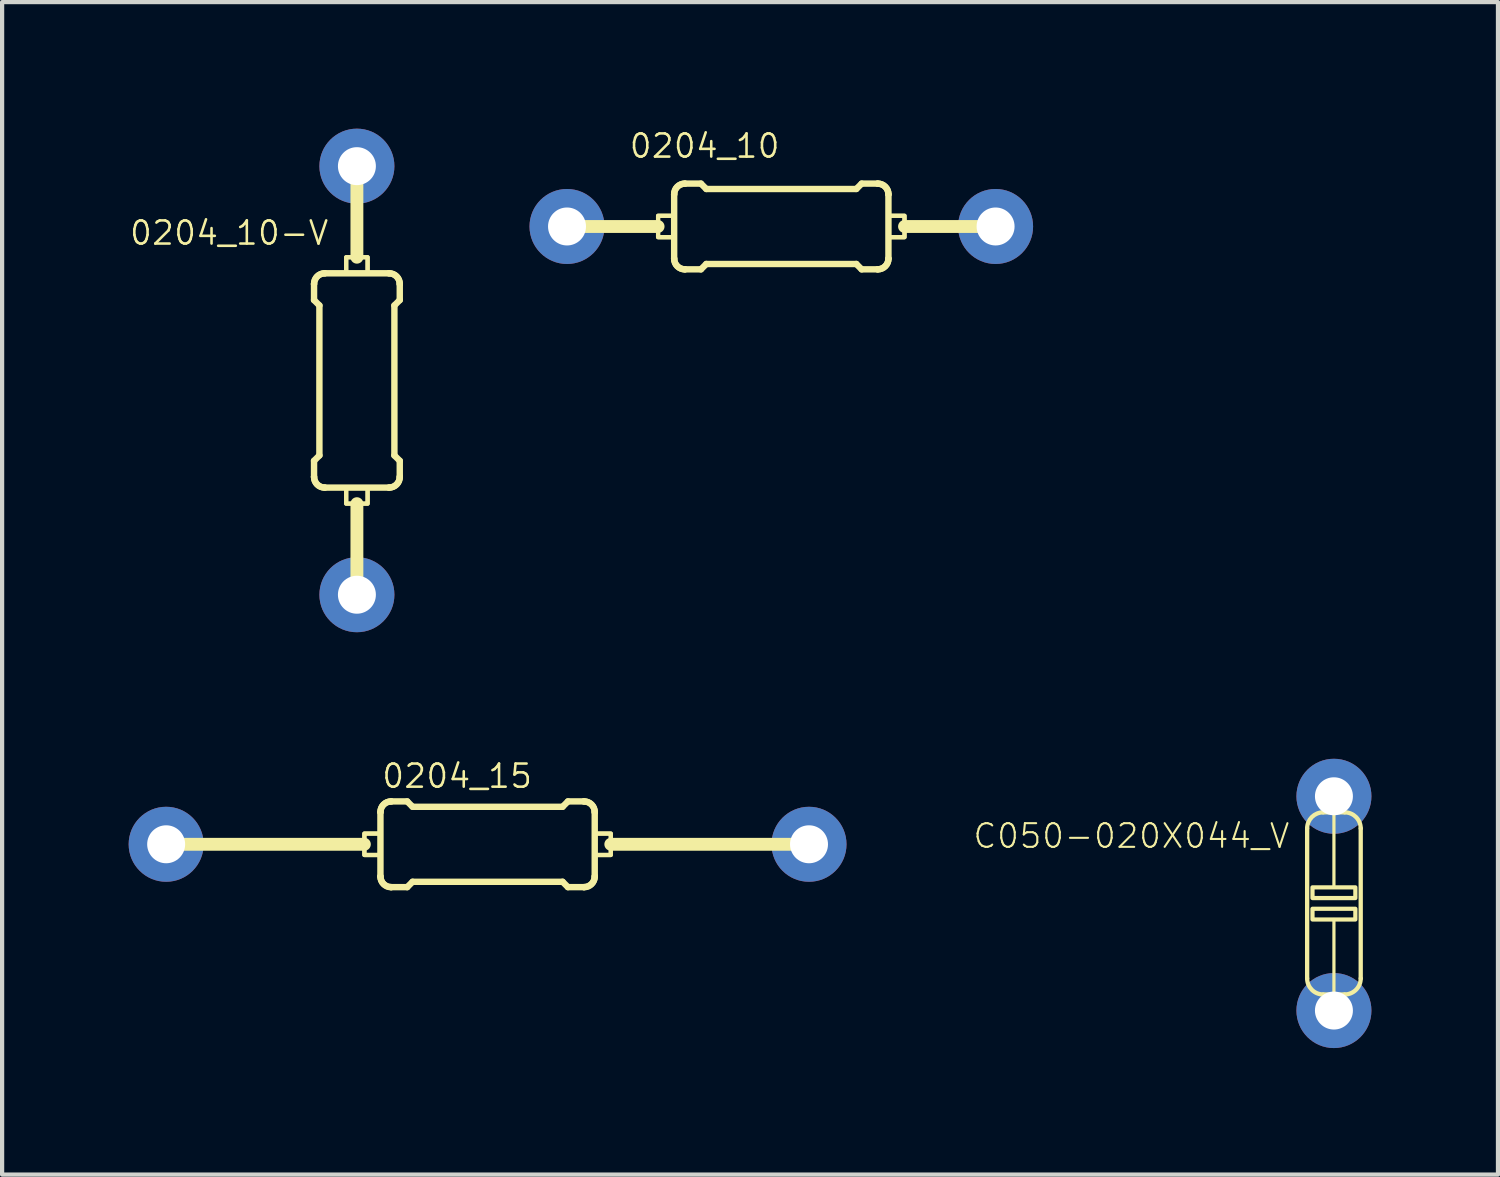
<source format=kicad_pcb>
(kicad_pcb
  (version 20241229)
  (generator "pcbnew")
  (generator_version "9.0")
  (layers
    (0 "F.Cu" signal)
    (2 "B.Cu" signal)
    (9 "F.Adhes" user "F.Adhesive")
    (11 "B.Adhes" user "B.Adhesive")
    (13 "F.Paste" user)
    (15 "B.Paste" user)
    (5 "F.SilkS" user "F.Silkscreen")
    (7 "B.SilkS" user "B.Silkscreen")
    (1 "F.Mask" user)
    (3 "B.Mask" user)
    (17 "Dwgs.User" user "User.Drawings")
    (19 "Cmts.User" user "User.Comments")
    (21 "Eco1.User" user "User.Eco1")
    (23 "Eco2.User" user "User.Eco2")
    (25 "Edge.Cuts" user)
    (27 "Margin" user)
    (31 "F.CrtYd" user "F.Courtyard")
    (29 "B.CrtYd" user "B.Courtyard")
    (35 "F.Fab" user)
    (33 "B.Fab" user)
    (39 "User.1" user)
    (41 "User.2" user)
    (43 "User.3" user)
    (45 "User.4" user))
  (footprint "0204_10-V"
    (layer "F.Cu")
    (at 5.411 5.969)
    (property "Reference" "0204_10-V" (at -0.635 -3.175 0) (layer "F.SilkS") (effects (font (size 0.549 0.549) (thickness 0.061)) (justify right bottom)))
    (fp_line (start -1.016 -2.286) (end -1.016 -1.905) (stroke (width 0.152) (type solid)) (layer "F.SilkS"))
    (fp_line (start -1.016 2.286) (end -1.016 1.905) (stroke (width 0.152) (type solid)) (layer "F.SilkS"))
    (fp_line (start -0.889 -1.778) (end -1.016 -1.905) (stroke (width 0.152) (type solid)) (layer "F.SilkS"))
    (fp_line (start -0.889 1.778) (end -1.016 1.905) (stroke (width 0.152) (type solid)) (layer "F.SilkS"))
    (fp_line (start -0.889 1.778) (end -0.889 -1.778) (stroke (width 0.152) (type solid)) (layer "F.SilkS"))
    (fp_line (start -0.762 -2.54) (end 0.762 -2.54) (stroke (width 0.152) (type solid)) (layer "F.SilkS"))
    (fp_line (start -0.762 2.54) (end 0.762 2.54) (stroke (width 0.152) (type solid)) (layer "F.SilkS"))
    (fp_line (start 0 -5.08) (end 0 -2.921) (stroke (width 0.305) (type solid)) (layer "F.SilkS"))
    (fp_line (start 0 5.08) (end 0 2.921) (stroke (width 0.305) (type solid)) (layer "F.SilkS"))
    (fp_line (start 0.889 -1.778) (end 1.016 -1.905) (stroke (width 0.152) (type solid)) (layer "F.SilkS"))
    (fp_line (start 0.889 1.778) (end 0.889 -1.778) (stroke (width 0.152) (type solid)) (layer "F.SilkS"))
    (fp_line (start 0.889 1.778) (end 1.016 1.905) (stroke (width 0.152) (type solid)) (layer "F.SilkS"))
    (fp_line (start 1.016 -2.286) (end 1.016 -1.905) (stroke (width 0.152) (type solid)) (layer "F.SilkS"))
    (fp_line (start 1.016 2.286) (end 1.016 1.905) (stroke (width 0.152) (type solid)) (layer "F.SilkS"))
    (fp_arc (start -1.016 -2.286) (mid -0.941605 -2.465605) (end -0.762 -2.54) (stroke (width 0.1524) (type solid)) (layer "F.SilkS"))
    (fp_arc (start -1.016 -2.286) (mid -0.941605 -2.465605) (end -0.762 -2.54) (stroke (width 0.1524) (type solid)) (layer "F.SilkS"))
    (fp_arc (start -0.762 2.54) (mid -0.941605 2.465605) (end -1.016 2.286) (stroke (width 0.1524) (type solid)) (layer "F.SilkS"))
    (fp_arc (start -0.762 2.54) (mid -0.941605 2.465605) (end -1.016 2.286) (stroke (width 0.1524) (type solid)) (layer "F.SilkS"))
    (fp_arc (start 0.762 -2.54) (mid 0.941605 -2.465605) (end 1.016 -2.286) (stroke (width 0.1524) (type solid)) (layer "F.SilkS"))
    (fp_arc (start 0.762 -2.54) (mid 0.941605 -2.465605) (end 1.016 -2.286) (stroke (width 0.1524) (type solid)) (layer "F.SilkS"))
    (fp_arc (start 1.016 2.286) (mid 0.941605 2.465605) (end 0.762 2.54) (stroke (width 0.1524) (type solid)) (layer "F.SilkS"))
    (fp_arc (start 1.016 2.286) (mid 0.941605 2.465605) (end 0.762 2.54) (stroke (width 0.1524) (type solid)) (layer "F.SilkS"))
    (fp_poly (pts (xy -0.254 -2.921) (xy -0.254 -2.54) (xy 0.254 -2.54) (xy 0.254 -2.921)) (stroke (width 0.1) (type solid)) (fill no) (layer "F.SilkS"))
    (fp_poly (pts (xy -0.254 -2.921) (xy -0.254 -2.54) (xy 0.254 -2.54) (xy 0.254 -2.921)) (stroke (width 0.1) (type solid)) (fill no) (layer "F.SilkS"))
    (fp_poly (pts (xy -0.254 2.54) (xy -0.254 2.921) (xy 0.254 2.921) (xy 0.254 2.54)) (stroke (width 0.1) (type solid)) (fill no) (layer "F.SilkS"))
    (fp_poly (pts (xy -0.254 2.54) (xy -0.254 2.921) (xy 0.254 2.921) (xy 0.254 2.54)) (stroke (width 0.1) (type solid)) (fill no) (layer "F.SilkS"))
    (pad "1" thru_hole circle (at 0 -5.08) (size 1.778 1.778) (drill 0.9) (layers "*.Cu" "*.Mask"))
    (pad "2" thru_hole circle (at 0 5.08) (size 1.778 1.778) (drill 0.9) (layers "*.Cu" "*.Mask")))
  (footprint "0204_15"
    (layer "F.Cu")
    (at 8.509 16.965)
    (property "Reference" "0204_15" (at -2.54 -1.295 0) (layer "F.SilkS") (effects (font (size 0.549 0.549) (thickness 0.061)) (justify left bottom)))
    (fp_line (start -7.62 0) (end -2.921 0) (stroke (width 0.305) (type solid)) (layer "F.SilkS"))
    (fp_line (start -2.54 0.762) (end -2.54 -0.762) (stroke (width 0.152) (type solid)) (layer "F.SilkS"))
    (fp_line (start -2.286 -1.016) (end -1.905 -1.016) (stroke (width 0.152) (type solid)) (layer "F.SilkS"))
    (fp_line (start -2.286 1.016) (end -1.905 1.016) (stroke (width 0.152) (type solid)) (layer "F.SilkS"))
    (fp_line (start -1.778 -0.889) (end -1.905 -1.016) (stroke (width 0.152) (type solid)) (layer "F.SilkS"))
    (fp_line (start -1.778 0.889) (end -1.905 1.016) (stroke (width 0.152) (type solid)) (layer "F.SilkS"))
    (fp_line (start 1.778 -0.889) (end -1.778 -0.889) (stroke (width 0.152) (type solid)) (layer "F.SilkS"))
    (fp_line (start 1.778 -0.889) (end 1.905 -1.016) (stroke (width 0.152) (type solid)) (layer "F.SilkS"))
    (fp_line (start 1.778 0.889) (end -1.778 0.889) (stroke (width 0.152) (type solid)) (layer "F.SilkS"))
    (fp_line (start 1.778 0.889) (end 1.905 1.016) (stroke (width 0.152) (type solid)) (layer "F.SilkS"))
    (fp_line (start 2.286 -1.016) (end 1.905 -1.016) (stroke (width 0.152) (type solid)) (layer "F.SilkS"))
    (fp_line (start 2.286 1.016) (end 1.905 1.016) (stroke (width 0.152) (type solid)) (layer "F.SilkS"))
    (fp_line (start 2.54 0.762) (end 2.54 -0.762) (stroke (width 0.152) (type solid)) (layer "F.SilkS"))
    (fp_line (start 7.62 0) (end 2.921 0) (stroke (width 0.305) (type solid)) (layer "F.SilkS"))
    (fp_arc (start -2.54 -0.762) (mid -2.465605 -0.941605) (end -2.286 -1.016) (stroke (width 0.1524) (type solid)) (layer "F.SilkS"))
    (fp_arc (start -2.54 -0.762) (mid -2.465605 -0.941605) (end -2.286 -1.016) (stroke (width 0.1524) (type solid)) (layer "F.SilkS"))
    (fp_arc (start -2.286 1.016) (mid -2.465605 0.941605) (end -2.54 0.762) (stroke (width 0.1524) (type solid)) (layer "F.SilkS"))
    (fp_arc (start -2.286 1.016) (mid -2.465605 0.941605) (end -2.54 0.762) (stroke (width 0.1524) (type solid)) (layer "F.SilkS"))
    (fp_arc (start 2.286 -1.016) (mid 2.465605 -0.941605) (end 2.54 -0.762) (stroke (width 0.1524) (type solid)) (layer "F.SilkS"))
    (fp_arc (start 2.286 -1.016) (mid 2.465605 -0.941605) (end 2.54 -0.762) (stroke (width 0.1524) (type solid)) (layer "F.SilkS"))
    (fp_arc (start 2.54 0.762) (mid 2.465605 0.941605) (end 2.286 1.016) (stroke (width 0.1524) (type solid)) (layer "F.SilkS"))
    (fp_arc (start 2.54 0.762) (mid 2.465605 0.941605) (end 2.286 1.016) (stroke (width 0.1524) (type solid)) (layer "F.SilkS"))
    (fp_poly (pts (xy -2.921 0.254) (xy -2.54 0.254) (xy -2.54 -0.254) (xy -2.921 -0.254)) (stroke (width 0.1) (type solid)) (fill no) (layer "F.SilkS"))
    (fp_poly (pts (xy -2.921 0.254) (xy -2.54 0.254) (xy -2.54 -0.254) (xy -2.921 -0.254)) (stroke (width 0.1) (type solid)) (fill no) (layer "F.SilkS"))
    (fp_poly (pts (xy 2.54 0.254) (xy 2.921 0.254) (xy 2.921 -0.254) (xy 2.54 -0.254)) (stroke (width 0.1) (type solid)) (fill no) (layer "F.SilkS"))
    (fp_poly (pts (xy 2.54 0.254) (xy 2.921 0.254) (xy 2.921 -0.254) (xy 2.54 -0.254)) (stroke (width 0.1) (type solid)) (fill no) (layer "F.SilkS"))
    (pad "1" thru_hole circle (at -7.62 0) (size 1.778 1.778) (drill 0.9) (layers "*.Cu" "*.Mask"))
    (pad "2" thru_hole circle (at 7.62 0) (size 1.778 1.778) (drill 0.9) (layers "*.Cu" "*.Mask")))
  (footprint "C050-020X044_V"
    (layer "F.Cu")
    (at 28.573 18.367)
    (property "Reference" "C050-020X044_V" (at -1.016 -1.27 0) (layer "F.SilkS") (effects (font (size 0.561 0.561) (thickness 0.049)) (justify right bottom)))
    (fp_line (start -0.635 -1.778) (end -0.635 1.778) (stroke (width 0.102) (type solid)) (layer "F.SilkS"))
    (fp_line (start -0.254 -2.159) (end 0.254 -2.159) (stroke (width 0.102) (type solid)) (layer "F.SilkS"))
    (fp_line (start 0 -2.54) (end 0 -0.394) (stroke (width 0.076) (type solid)) (layer "F.SilkS"))
    (fp_line (start 0 2.54) (end 0 0.381) (stroke (width 0.076) (type solid)) (layer "F.SilkS"))
    (fp_line (start 0.254 2.159) (end -0.254 2.159) (stroke (width 0.102) (type solid)) (layer "F.SilkS"))
    (fp_line (start 0.635 1.778) (end 0.635 -1.778) (stroke (width 0.102) (type solid)) (layer "F.SilkS"))
    (fp_arc (start -0.634999 -1.777999) (mid -0.523407 -2.047407) (end -0.254 -2.159) (stroke (width 0.1016) (type solid)) (layer "F.SilkS"))
    (fp_arc (start -0.254 2.159) (mid -0.523407 2.047407) (end -0.634999 1.777999) (stroke (width 0.1016) (type solid)) (layer "F.SilkS"))
    (fp_arc (start 0.254 -2.159) (mid 0.523407 -2.047407) (end 0.634999 -1.777999) (stroke (width 0.1016) (type solid)) (layer "F.SilkS"))
    (fp_arc (start 0.634999 1.777999) (mid 0.523407 2.047407) (end 0.254 2.159) (stroke (width 0.1016) (type solid)) (layer "F.SilkS"))
    (fp_poly (pts (xy -0.508 -0.127) (xy 0.508 -0.127) (xy 0.508 -0.381) (xy -0.508 -0.381)) (stroke (width 0.1) (type solid)) (fill no) (layer "F.SilkS"))
    (fp_poly (pts (xy 0.508 0.127) (xy -0.508 0.127) (xy -0.508 0.381) (xy 0.508 0.381)) (stroke (width 0.1) (type solid)) (fill no) (layer "F.SilkS"))
    (pad "1" thru_hole circle (at 0 -2.54) (size 1.778 1.778) (drill 0.9) (layers "*.Cu" "*.Mask"))
    (pad "2" thru_hole circle (at 0 2.54) (size 1.778 1.778) (drill 0.9) (layers "*.Cu" "*.Mask")))
  (footprint "0204_10"
    (layer "F.Cu")
    (at 15.472 2.319)
    (property "Reference" "0204_10" (at 0 -1.587 0) (layer "F.SilkS") (effects (font (size 0.549 0.549) (thickness 0.061)) (justify right bottom)))
    (fp_line (start -5.08 0) (end -2.921 0) (stroke (width 0.305) (type solid)) (layer "F.SilkS"))
    (fp_line (start -2.54 0.762) (end -2.54 -0.762) (stroke (width 0.152) (type solid)) (layer "F.SilkS"))
    (fp_line (start -2.286 -1.016) (end -1.905 -1.016) (stroke (width 0.152) (type solid)) (layer "F.SilkS"))
    (fp_line (start -2.286 1.016) (end -1.905 1.016) (stroke (width 0.152) (type solid)) (layer "F.SilkS"))
    (fp_line (start -1.778 -0.889) (end -1.905 -1.016) (stroke (width 0.152) (type solid)) (layer "F.SilkS"))
    (fp_line (start -1.778 0.889) (end -1.905 1.016) (stroke (width 0.152) (type solid)) (layer "F.SilkS"))
    (fp_line (start 1.778 -0.889) (end -1.778 -0.889) (stroke (width 0.152) (type solid)) (layer "F.SilkS"))
    (fp_line (start 1.778 -0.889) (end 1.905 -1.016) (stroke (width 0.152) (type solid)) (layer "F.SilkS"))
    (fp_line (start 1.778 0.889) (end -1.778 0.889) (stroke (width 0.152) (type solid)) (layer "F.SilkS"))
    (fp_line (start 1.778 0.889) (end 1.905 1.016) (stroke (width 0.152) (type solid)) (layer "F.SilkS"))
    (fp_line (start 2.286 -1.016) (end 1.905 -1.016) (stroke (width 0.152) (type solid)) (layer "F.SilkS"))
    (fp_line (start 2.286 1.016) (end 1.905 1.016) (stroke (width 0.152) (type solid)) (layer "F.SilkS"))
    (fp_line (start 2.54 0.762) (end 2.54 -0.762) (stroke (width 0.152) (type solid)) (layer "F.SilkS"))
    (fp_line (start 5.08 0) (end 2.921 0) (stroke (width 0.305) (type solid)) (layer "F.SilkS"))
    (fp_arc (start -2.54 -0.762) (mid -2.465605 -0.941605) (end -2.286 -1.016) (stroke (width 0.1524) (type solid)) (layer "F.SilkS"))
    (fp_arc (start -2.54 -0.762) (mid -2.465605 -0.941605) (end -2.286 -1.016) (stroke (width 0.1524) (type solid)) (layer "F.SilkS"))
    (fp_arc (start -2.286 1.016) (mid -2.465605 0.941605) (end -2.54 0.762) (stroke (width 0.1524) (type solid)) (layer "F.SilkS"))
    (fp_arc (start -2.286 1.016) (mid -2.465605 0.941605) (end -2.54 0.762) (stroke (width 0.1524) (type solid)) (layer "F.SilkS"))
    (fp_arc (start 2.286 -1.016) (mid 2.465605 -0.941605) (end 2.54 -0.762) (stroke (width 0.1524) (type solid)) (layer "F.SilkS"))
    (fp_arc (start 2.286 -1.016) (mid 2.465605 -0.941605) (end 2.54 -0.762) (stroke (width 0.1524) (type solid)) (layer "F.SilkS"))
    (fp_arc (start 2.54 0.762) (mid 2.465605 0.941605) (end 2.286 1.016) (stroke (width 0.1524) (type solid)) (layer "F.SilkS"))
    (fp_arc (start 2.54 0.762) (mid 2.465605 0.941605) (end 2.286 1.016) (stroke (width 0.1524) (type solid)) (layer "F.SilkS"))
    (fp_poly (pts (xy -2.921 0.254) (xy -2.54 0.254) (xy -2.54 -0.254) (xy -2.921 -0.254)) (stroke (width 0.1) (type solid)) (fill no) (layer "F.SilkS"))
    (fp_poly (pts (xy -2.921 0.254) (xy -2.54 0.254) (xy -2.54 -0.254) (xy -2.921 -0.254)) (stroke (width 0.1) (type solid)) (fill no) (layer "F.SilkS"))
    (fp_poly (pts (xy 2.54 0.254) (xy 2.921 0.254) (xy 2.921 -0.254) (xy 2.54 -0.254)) (stroke (width 0.1) (type solid)) (fill no) (layer "F.SilkS"))
    (fp_poly (pts (xy 2.54 0.254) (xy 2.921 0.254) (xy 2.921 -0.254) (xy 2.54 -0.254)) (stroke (width 0.1) (type solid)) (fill no) (layer "F.SilkS"))
    (pad "1" thru_hole circle (at -5.08 0) (size 1.778 1.778) (drill 0.9) (layers "*.Cu" "*.Mask"))
    (pad "2" thru_hole circle (at 5.08 0) (size 1.778 1.778) (drill 0.9) (layers "*.Cu" "*.Mask")))
  (gr_rect
    (start -3 -3)
    (end 32.462 24.796)
    (stroke (width 0.1) (type default))
    (fill no)
    (layer "Edge.Cuts")))
</source>
